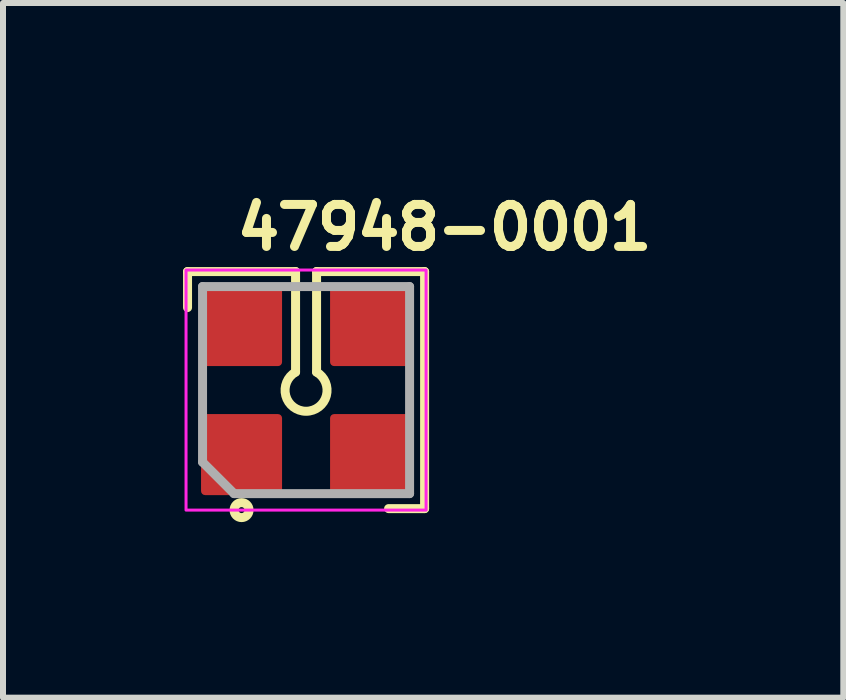
<source format=kicad_pcb>
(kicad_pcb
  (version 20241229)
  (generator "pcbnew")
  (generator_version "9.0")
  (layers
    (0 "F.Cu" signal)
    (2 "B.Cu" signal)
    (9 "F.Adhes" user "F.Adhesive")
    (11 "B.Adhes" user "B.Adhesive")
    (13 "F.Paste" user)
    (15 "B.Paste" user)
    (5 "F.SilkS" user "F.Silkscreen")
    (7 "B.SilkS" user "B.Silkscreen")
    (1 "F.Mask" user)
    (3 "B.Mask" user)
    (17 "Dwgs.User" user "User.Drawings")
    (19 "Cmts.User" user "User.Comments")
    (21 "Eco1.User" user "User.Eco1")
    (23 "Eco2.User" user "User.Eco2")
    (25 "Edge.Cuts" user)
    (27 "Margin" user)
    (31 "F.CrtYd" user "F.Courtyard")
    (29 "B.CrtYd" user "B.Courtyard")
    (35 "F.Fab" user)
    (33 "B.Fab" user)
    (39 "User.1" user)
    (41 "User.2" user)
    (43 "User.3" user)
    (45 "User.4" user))
  (footprint "47948-0001"
    (layer "F.Cu")
    (at 2.05 3.45)
    (property "Reference" "47948-0001" (at -1.225 -2.3 0) (layer "F.SilkS") (effects (font (size 0.7 0.7) (thickness 0.15)) (justify left bottom)))
    (attr smd)
    (fp_line (start -1.975 -1.975) (end -0.175 -1.975) (stroke (width 0.15) (type solid)) (layer "F.SilkS"))
    (fp_line (start -1.975 -1.375) (end -1.975 -1.975) (stroke (width 0.15) (type solid)) (layer "F.SilkS"))
    (fp_line (start -0.175 -0.3) (end -0.175 -1.975) (stroke (width 0.15) (type solid)) (layer "F.SilkS"))
    (fp_line (start 0.175 -1.975) (end 0.175 -0.3) (stroke (width 0.15) (type solid)) (layer "F.SilkS"))
    (fp_line (start 0.175 -1.975) (end 1.975 -1.975) (stroke (width 0.15) (type solid)) (layer "F.SilkS"))
    (fp_line (start 1.975 -1.975) (end 1.975 1.975) (stroke (width 0.15) (type solid)) (layer "F.SilkS"))
    (fp_line (start 1.975 1.975) (end 1.375 1.975) (stroke (width 0.15) (type solid)) (layer "F.SilkS"))
    (fp_arc (start 0.175 -0.3) (mid 0 0.353109) (end -0.175 -0.3) (stroke (width 0.15) (type solid)) (layer "F.SilkS"))
    (fp_circle (center -1.075 2) (end -1.025 2) (stroke (width 0.15) (type solid)) (fill no) (layer "F.SilkS"))
    (fp_rect (start -2 -2) (end 2 2) (stroke (width 0.05) (type solid)) (fill no) (layer "F.CrtYd"))
    (fp_line (start -1.725 -1.725) (end -1.725 1.2) (stroke (width 0.15) (type solid)) (layer "F.Fab"))
    (fp_line (start -1.725 1.2) (end -1.2 1.725) (stroke (width 0.15) (type solid)) (layer "F.Fab"))
    (fp_line (start -1.2 1.725) (end 1.725 1.725) (stroke (width 0.15) (type solid)) (layer "F.Fab"))
    (fp_line (start 1.725 -1.725) (end -1.725 -1.725) (stroke (width 0.15) (type solid)) (layer "F.Fab"))
    (fp_line (start 1.725 1.725) (end 1.725 -1.725) (stroke (width 0.15) (type solid)) (layer "F.Fab"))
    (fp_rect (start -1.74 -1.74) (end 1.74 1.74) (stroke (width 0.1) (type solid)) (fill no) (layer "User.5"))
    (fp_line (start -1.74 -1.74) (end -0.2 -1.74) (stroke (width 0.02) (type solid)) (layer "User.9"))
    (fp_line (start -1.74 -0.2) (end -1.74 -1.74) (stroke (width 0.02) (type solid)) (layer "User.9"))
    (fp_line (start -1.74 0.2) (end -1.561 0.2) (stroke (width 0.02) (type solid)) (layer "User.9"))
    (fp_line (start -1.74 1.74) (end -1.74 0.2) (stroke (width 0.02) (type solid)) (layer "User.9"))
    (fp_line (start -1.57 -1.475) (end -1.57 -1.47) (stroke (width 0.02) (type solid)) (layer "User.9"))
    (fp_line (start -1.57 1.475) (end -1.57 1.48) (stroke (width 0.02) (type solid)) (layer "User.9"))
    (fp_line (start -1.57 -0.864) (end -1.57 -1.47) (stroke (width 0.02) (type solid)) (layer "User.9"))
    (fp_line (start -1.57 0.864) (end -1.57 0.827) (stroke (width 0.02) (type solid)) (layer "User.9"))
    (fp_line (start -1.57 1.47) (end -1.57 1.475) (stroke (width 0.02) (type solid)) (layer "User.9"))
    (fp_line (start -1.57 1.47) (end -1.57 0.864) (stroke (width 0.02) (type solid)) (layer "User.9"))
    (fp_line (start -1.57 -0.826) (end -1.57 -0.864) (stroke (width 0.02) (type solid)) (layer "User.9"))
    (fp_line (start -1.57 0.827) (end -1.57 0.795) (stroke (width 0.02) (type solid)) (layer "User.9"))
    (fp_line (start -1.57 -1.48) (end -1.57 -1.475) (stroke (width 0.02) (type solid)) (layer "User.9"))
    (fp_line (start -1.57 1.48) (end -1.569 1.485) (stroke (width 0.02) (type solid)) (layer "User.9"))
    (fp_line (start -1.57 -0.794) (end -1.57 -0.826) (stroke (width 0.02) (type solid)) (layer "User.9"))
    (fp_line (start -1.57 0.795) (end -1.569 0.772) (stroke (width 0.02) (type solid)) (layer "User.9"))
    (fp_line (start -1.569 -1.485) (end -1.57 -1.48) (stroke (width 0.02) (type solid)) (layer "User.9"))
    (fp_line (start -1.569 -0.782) (end -1.57 -0.794) (stroke (width 0.02) (type solid)) (layer "User.9"))
    (fp_line (start -1.569 1.485) (end -1.568 1.49) (stroke (width 0.02) (type solid)) (layer "User.9"))
    (fp_line (start -1.569 0.772) (end -1.569 0.766) (stroke (width 0.02) (type solid)) (layer "User.9"))
    (fp_line (start -1.569 -0.772) (end -1.569 -0.782) (stroke (width 0.02) (type solid)) (layer "User.9"))
    (fp_line (start -1.569 0.766) (end -1.568 0.764) (stroke (width 0.02) (type solid)) (layer "User.9"))
    (fp_line (start -1.569 -0.766) (end -1.569 -0.772) (stroke (width 0.02) (type solid)) (layer "User.9"))
    (fp_line (start -1.568 -0.765) (end -1.569 -0.766) (stroke (width 0.02) (type solid)) (layer "User.9"))
    (fp_line (start -1.568 -1.49) (end -1.569 -1.485) (stroke (width 0.02) (type solid)) (layer "User.9"))
    (fp_line (start -1.568 1.49) (end -1.567 1.494) (stroke (width 0.02) (type solid)) (layer "User.9"))
    (fp_line (start -1.568 -0.764) (end -1.568 -0.765) (stroke (width 0.02) (type solid)) (layer "User.9"))
    (fp_line (start -1.568 -0.764) (end -1.563 -0.753) (stroke (width 0.02) (type solid)) (layer "User.9"))
    (fp_line (start -1.567 -1.495) (end -1.568 -1.49) (stroke (width 0.02) (type solid)) (layer "User.9"))
    (fp_line (start -1.567 1.494) (end -1.566 1.499) (stroke (width 0.02) (type solid)) (layer "User.9"))
    (fp_line (start -1.566 -1.499) (end -1.567 -1.495) (stroke (width 0.02) (type solid)) (layer "User.9"))
    (fp_line (start -1.566 1.499) (end -1.564 1.504) (stroke (width 0.02) (type solid)) (layer "User.9"))
    (fp_line (start -1.564 -1.504) (end -1.566 -1.499) (stroke (width 0.02) (type solid)) (layer "User.9"))
    (fp_line (start -1.564 1.504) (end -1.563 1.508) (stroke (width 0.02) (type solid)) (layer "User.9"))
    (fp_line (start -1.563 0.753) (end -1.568 0.764) (stroke (width 0.02) (type solid)) (layer "User.9"))
    (fp_line (start -1.563 0.753) (end -1.563 0.753) (stroke (width 0.02) (type solid)) (layer "User.9"))
    (fp_line (start -1.563 0.753) (end -1.563 0.751) (stroke (width 0.02) (type solid)) (layer "User.9"))
    (fp_line (start -1.563 -1.509) (end -1.564 -1.504) (stroke (width 0.02) (type solid)) (layer "User.9"))
    (fp_line (start -1.563 1.508) (end -1.561 1.513) (stroke (width 0.02) (type solid)) (layer "User.9"))
    (fp_line (start -1.563 0.751) (end -1.562 0.745) (stroke (width 0.02) (type solid)) (layer "User.9"))
    (fp_line (start -1.563 -0.751) (end -1.563 -0.753) (stroke (width 0.02) (type solid)) (layer "User.9"))
    (fp_line (start -1.562 0.745) (end -1.562 0.735) (stroke (width 0.02) (type solid)) (layer "User.9"))
    (fp_line (start -1.562 -0.745) (end -1.563 -0.751) (stroke (width 0.02) (type solid)) (layer "User.9"))
    (fp_line (start -1.562 0.735) (end -1.562 0.723) (stroke (width 0.02) (type solid)) (layer "User.9"))
    (fp_line (start -1.562 0.723) (end -1.561 0.691) (stroke (width 0.02) (type solid)) (layer "User.9"))
    (fp_line (start -1.562 -0.723) (end -1.562 -0.745) (stroke (width 0.02) (type solid)) (layer "User.9"))
    (fp_line (start -1.561 -0.691) (end -1.562 -0.723) (stroke (width 0.02) (type solid)) (layer "User.9"))
    (fp_line (start -1.561 0.691) (end -1.561 0.653) (stroke (width 0.02) (type solid)) (layer "User.9"))
    (fp_line (start -1.561 -0.653) (end -1.561 -0.691) (stroke (width 0.02) (type solid)) (layer "User.9"))
    (fp_line (start -1.561 -0.653) (end -1.561 0.653) (stroke (width 0.02) (type solid)) (layer "User.9"))
    (fp_line (start -1.561 -0.2) (end -1.74 -0.2) (stroke (width 0.02) (type solid)) (layer "User.9"))
    (fp_line (start -1.561 -1.513) (end -1.563 -1.509) (stroke (width 0.02) (type solid)) (layer "User.9"))
    (fp_line (start -1.561 1.513) (end -1.558 1.517) (stroke (width 0.02) (type solid)) (layer "User.9"))
    (fp_line (start -1.558 -1.517) (end -1.561 -1.513) (stroke (width 0.02) (type solid)) (layer "User.9"))
    (fp_line (start -1.558 1.517) (end -1.556 1.521) (stroke (width 0.02) (type solid)) (layer "User.9"))
    (fp_line (start -1.556 1.521) (end -1.553 1.525) (stroke (width 0.02) (type solid)) (layer "User.9"))
    (fp_line (start -1.556 -1.522) (end -1.558 -1.517) (stroke (width 0.02) (type solid)) (layer "User.9"))
    (fp_line (start -1.553 1.525) (end -1.55 1.529) (stroke (width 0.02) (type solid)) (layer "User.9"))
    (fp_line (start -1.553 -1.526) (end -1.556 -1.522) (stroke (width 0.02) (type solid)) (layer "User.9"))
    (fp_line (start -1.55 1.529) (end -1.547 1.533) (stroke (width 0.02) (type solid)) (layer "User.9"))
    (fp_line (start -1.55 -1.53) (end -1.553 -1.526) (stroke (width 0.02) (type solid)) (layer "User.9"))
    (fp_line (start -1.547 1.533) (end -1.544 1.537) (stroke (width 0.02) (type solid)) (layer "User.9"))
    (fp_line (start -1.547 -1.534) (end -1.55 -1.53) (stroke (width 0.02) (type solid)) (layer "User.9"))
    (fp_line (start -1.544 1.537) (end -1.541 1.541) (stroke (width 0.02) (type solid)) (layer "User.9"))
    (fp_line (start -1.544 -1.537) (end -1.547 -1.534) (stroke (width 0.02) (type solid)) (layer "User.9"))
    (fp_line (start -1.541 1.541) (end -1.537 1.544) (stroke (width 0.02) (type solid)) (layer "User.9"))
    (fp_line (start -1.541 -1.541) (end -1.544 -1.537) (stroke (width 0.02) (type solid)) (layer "User.9"))
    (fp_line (start -1.537 1.544) (end -1.534 1.547) (stroke (width 0.02) (type solid)) (layer "User.9"))
    (fp_line (start -1.537 -1.544) (end -1.541 -1.541) (stroke (width 0.02) (type solid)) (layer "User.9"))
    (fp_line (start -1.534 1.547) (end -1.53 1.55) (stroke (width 0.02) (type solid)) (layer "User.9"))
    (fp_line (start -1.533 -1.547) (end -1.537 -1.544) (stroke (width 0.02) (type solid)) (layer "User.9"))
    (fp_line (start -1.53 1.55) (end -1.526 1.553) (stroke (width 0.02) (type solid)) (layer "User.9"))
    (fp_line (start -1.529 -1.55) (end -1.533 -1.547) (stroke (width 0.02) (type solid)) (layer "User.9"))
    (fp_line (start -1.526 1.553) (end -1.522 1.556) (stroke (width 0.02) (type solid)) (layer "User.9"))
    (fp_line (start -1.525 -1.553) (end -1.529 -1.55) (stroke (width 0.02) (type solid)) (layer "User.9"))
    (fp_line (start -1.522 1.556) (end -1.517 1.558) (stroke (width 0.02) (type solid)) (layer "User.9"))
    (fp_line (start -1.521 -1.556) (end -1.525 -1.553) (stroke (width 0.02) (type solid)) (layer "User.9"))
    (fp_line (start -1.517 1.558) (end -1.513 1.561) (stroke (width 0.02) (type solid)) (layer "User.9"))
    (fp_line (start -1.517 -1.558) (end -1.521 -1.556) (stroke (width 0.02) (type solid)) (layer "User.9"))
    (fp_line (start -1.513 1.561) (end -1.509 1.563) (stroke (width 0.02) (type solid)) (layer "User.9"))
    (fp_line (start -1.513 -1.561) (end -1.517 -1.558) (stroke (width 0.02) (type solid)) (layer "User.9"))
    (fp_line (start -1.509 1.563) (end -1.504 1.564) (stroke (width 0.02) (type solid)) (layer "User.9"))
    (fp_line (start -1.508 -1.563) (end -1.513 -1.561) (stroke (width 0.02) (type solid)) (layer "User.9"))
    (fp_line (start -1.504 1.564) (end -1.499 1.566) (stroke (width 0.02) (type solid)) (layer "User.9"))
    (fp_line (start -1.504 -1.564) (end -1.508 -1.563) (stroke (width 0.02) (type solid)) (layer "User.9"))
    (fp_line (start -1.499 1.566) (end -1.495 1.567) (stroke (width 0.02) (type solid)) (layer "User.9"))
    (fp_line (start -1.499 -1.566) (end -1.504 -1.564) (stroke (width 0.02) (type solid)) (layer "User.9"))
    (fp_line (start -1.495 1.567) (end -1.49 1.568) (stroke (width 0.02) (type solid)) (layer "User.9"))
    (fp_line (start -1.494 -1.567) (end -1.499 -1.566) (stroke (width 0.02) (type solid)) (layer "User.9"))
    (fp_line (start -1.49 1.568) (end -1.485 1.569) (stroke (width 0.02) (type solid)) (layer "User.9"))
    (fp_line (start -1.49 -1.568) (end -1.494 -1.567) (stroke (width 0.02) (type solid)) (layer "User.9"))
    (fp_line (start -1.485 1.569) (end -1.48 1.57) (stroke (width 0.02) (type solid)) (layer "User.9"))
    (fp_line (start -1.485 -1.569) (end -1.49 -1.568) (stroke (width 0.02) (type solid)) (layer "User.9"))
    (fp_line (start -1.48 1.57) (end -1.475 1.57) (stroke (width 0.02) (type solid)) (layer "User.9"))
    (fp_line (start -1.48 -1.57) (end -1.485 -1.569) (stroke (width 0.02) (type solid)) (layer "User.9"))
    (fp_line (start -1.475 1.57) (end -1.47 1.57) (stroke (width 0.02) (type solid)) (layer "User.9"))
    (fp_line (start -1.475 -1.57) (end -1.48 -1.57) (stroke (width 0.02) (type solid)) (layer "User.9"))
    (fp_line (start -1.47 -1.57) (end -1.475 -1.57) (stroke (width 0.02) (type solid)) (layer "User.9"))
    (fp_line (start -1.47 -1.57) (end 1.47 -1.57) (stroke (width 0.02) (type solid)) (layer "User.9"))
    (fp_line (start -1.32 -1.32) (end -1.255 -1.255) (stroke (width 0.02) (type solid)) (layer "User.9"))
    (fp_line (start -1.32 -1.32) (end -0.18 -1.32) (stroke (width 0.02) (type solid)) (layer "User.9"))
    (fp_line (start -1.32 -0.864) (end -1.32 -1.32) (stroke (width 0.02) (type solid)) (layer "User.9"))
    (fp_line (start -1.32 -0.864) (end -1.32 -0.827) (stroke (width 0.02) (type solid)) (layer "User.9"))
    (fp_line (start -1.32 0.864) (end -1.32 1.32) (stroke (width 0.02) (type solid)) (layer "User.9"))
    (fp_line (start -1.32 1.32) (end -1.255 1.255) (stroke (width 0.02) (type solid)) (layer "User.9"))
    (fp_line (start -1.32 1.32) (end -0.18 1.32) (stroke (width 0.02) (type solid)) (layer "User.9"))
    (fp_line (start -1.32 0.826) (end -1.32 0.864) (stroke (width 0.02) (type solid)) (layer "User.9"))
    (fp_line (start -1.32 -0.827) (end -1.32 -0.795) (stroke (width 0.02) (type solid)) (layer "User.9"))
    (fp_line (start -1.32 -0.795) (end -1.319 -0.772) (stroke (width 0.02) (type solid)) (layer "User.9"))
    (fp_line (start -1.32 0.794) (end -1.32 0.826) (stroke (width 0.02) (type solid)) (layer "User.9"))
    (fp_line (start -1.319 0.782) (end -1.32 0.794) (stroke (width 0.02) (type solid)) (layer "User.9"))
    (fp_line (start -1.319 -0.772) (end -1.319 -0.766) (stroke (width 0.02) (type solid)) (layer "User.9"))
    (fp_line (start -1.319 0.772) (end -1.319 0.782) (stroke (width 0.02) (type solid)) (layer "User.9"))
    (fp_line (start -1.319 -0.766) (end -1.318 -0.764) (stroke (width 0.02) (type solid)) (layer "User.9"))
    (fp_line (start -1.319 0.766) (end -1.319 0.772) (stroke (width 0.02) (type solid)) (layer "User.9"))
    (fp_line (start -1.318 0.765) (end -1.319 0.766) (stroke (width 0.02) (type solid)) (layer "User.9"))
    (fp_line (start -1.318 -0.764) (end -1.313 -0.753) (stroke (width 0.02) (type solid)) (layer "User.9"))
    (fp_line (start -1.318 0.764) (end -1.318 0.765) (stroke (width 0.02) (type solid)) (layer "User.9"))
    (fp_line (start -1.313 -0.753) (end -1.313 -0.753) (stroke (width 0.02) (type solid)) (layer "User.9"))
    (fp_line (start -1.313 0.753) (end -1.318 0.764) (stroke (width 0.02) (type solid)) (layer "User.9"))
    (fp_line (start -1.313 -0.753) (end -1.313 -0.751) (stroke (width 0.02) (type solid)) (layer "User.9"))
    (fp_line (start -1.313 -0.751) (end -1.312 -0.745) (stroke (width 0.02) (type solid)) (layer "User.9"))
    (fp_line (start -1.313 0.751) (end -1.313 0.753) (stroke (width 0.02) (type solid)) (layer "User.9"))
    (fp_line (start -1.312 -0.745) (end -1.312 -0.735) (stroke (width 0.02) (type solid)) (layer "User.9"))
    (fp_line (start -1.312 0.745) (end -1.313 0.751) (stroke (width 0.02) (type solid)) (layer "User.9"))
    (fp_line (start -1.312 -0.735) (end -1.312 -0.723) (stroke (width 0.02) (type solid)) (layer "User.9"))
    (fp_line (start -1.312 -0.723) (end -1.311 -0.691) (stroke (width 0.02) (type solid)) (layer "User.9"))
    (fp_line (start -1.312 0.723) (end -1.312 0.745) (stroke (width 0.02) (type solid)) (layer "User.9"))
    (fp_line (start -1.311 0.691) (end -1.312 0.723) (stroke (width 0.02) (type solid)) (layer "User.9"))
    (fp_line (start -1.311 -0.691) (end -1.311 -0.653) (stroke (width 0.02) (type solid)) (layer "User.9"))
    (fp_line (start -1.311 -0.189) (end -1.311 -0.653) (stroke (width 0.02) (type solid)) (layer "User.9"))
    (fp_line (start -1.311 -0.189) (end -1.272 -0.228) (stroke (width 0.02) (type solid)) (layer "User.9"))
    (fp_line (start -1.311 0.189) (end -1.311 0.653) (stroke (width 0.02) (type solid)) (layer "User.9"))
    (fp_line (start -1.311 0.189) (end -1.272 0.228) (stroke (width 0.02) (type solid)) (layer "User.9"))
    (fp_line (start -1.311 0.189) (end -0.786 0.189) (stroke (width 0.02) (type solid)) (layer "User.9"))
    (fp_line (start -1.311 0.653) (end -1.311 0.691) (stroke (width 0.02) (type solid)) (layer "User.9"))
    (fp_line (start -1.272 -0.228) (end -1.272 -0.341) (stroke (width 0.02) (type solid)) (layer "User.9"))
    (fp_line (start -1.272 0.228) (end -1.272 0.341) (stroke (width 0.02) (type solid)) (layer "User.9"))
    (fp_line (start -1.272 0.228) (end -0.817 0.228) (stroke (width 0.02) (type solid)) (layer "User.9"))
    (fp_line (start -1.255 -1.255) (end -1.255 -0.376) (stroke (width 0.02) (type solid)) (layer "User.9"))
    (fp_line (start -1.255 -0.376) (end -1.272 -0.341) (stroke (width 0.02) (type solid)) (layer "User.9"))
    (fp_line (start -1.255 -0.376) (end -0.779 -0.376) (stroke (width 0.02) (type solid)) (layer "User.9"))
    (fp_line (start -1.255 0.376) (end -1.272 0.341) (stroke (width 0.02) (type solid)) (layer "User.9"))
    (fp_line (start -1.255 0.376) (end -1.255 1.255) (stroke (width 0.02) (type solid)) (layer "User.9"))
    (fp_line (start -1.255 0.376) (end -0.779 0.376) (stroke (width 0.02) (type solid)) (layer "User.9"))
    (fp_line (start -1.255 1.255) (end -0.354 1.255) (stroke (width 0.02) (type solid)) (layer "User.9"))
    (fp_line (start -0.817 -0.228) (end -1.272 -0.228) (stroke (width 0.02) (type solid)) (layer "User.9"))
    (fp_line (start -0.817 0.228) (end -0.813 0.242) (stroke (width 0.02) (type solid)) (layer "User.9"))
    (fp_line (start -0.813 -0.242) (end -0.817 -0.228) (stroke (width 0.02) (type solid)) (layer "User.9"))
    (fp_line (start -0.813 0.242) (end -0.808 0.257) (stroke (width 0.02) (type solid)) (layer "User.9"))
    (fp_line (start -0.812 0.222) (end -0.822 0.235) (stroke (width 0.02) (type solid)) (layer "User.9"))
    (fp_line (start -0.809 0) (end -0.808 0.024) (stroke (width 0.02) (type solid)) (layer "User.9"))
    (fp_line (start -0.808 -0.024) (end -0.809 0) (stroke (width 0.02) (type solid)) (layer "User.9"))
    (fp_line (start -0.808 0.024) (end -0.807 0.047) (stroke (width 0.02) (type solid)) (layer "User.9"))
    (fp_line (start -0.808 -0.257) (end -0.813 -0.242) (stroke (width 0.02) (type solid)) (layer "User.9"))
    (fp_line (start -0.808 0.257) (end -0.803 0.271) (stroke (width 0.02) (type solid)) (layer "User.9"))
    (fp_line (start -0.807 -0.047) (end -0.808 -0.024) (stroke (width 0.02) (type solid)) (layer "User.9"))
    (fp_line (start -0.807 0.047) (end -0.806 0.071) (stroke (width 0.02) (type solid)) (layer "User.9"))
    (fp_line (start -0.806 -0.071) (end -0.807 -0.047) (stroke (width 0.02) (type solid)) (layer "User.9"))
    (fp_line (start -0.806 0.071) (end -0.803 0.095) (stroke (width 0.02) (type solid)) (layer "User.9"))
    (fp_line (start -0.805 0.212) (end -0.812 0.222) (stroke (width 0.02) (type solid)) (layer "User.9"))
    (fp_line (start -0.803 -0.271) (end -0.808 -0.257) (stroke (width 0.02) (type solid)) (layer "User.9"))
    (fp_line (start -0.803 0.271) (end -0.799 0.285) (stroke (width 0.02) (type solid)) (layer "User.9"))
    (fp_line (start -0.803 -0.095) (end -0.806 -0.071) (stroke (width 0.02) (type solid)) (layer "User.9"))
    (fp_line (start -0.803 0.095) (end -0.8 0.118) (stroke (width 0.02) (type solid)) (layer "User.9"))
    (fp_line (start -0.8 -0.118) (end -0.803 -0.095) (stroke (width 0.02) (type solid)) (layer "User.9"))
    (fp_line (start -0.8 0) (end -0.8 0) (stroke (width 0.02) (type solid)) (layer "User.9"))
    (fp_line (start -0.8 0) (end -0.799 0.035) (stroke (width 0.02) (type solid)) (layer "User.9"))
    (fp_line (start -0.8 0.118) (end -0.796 0.142) (stroke (width 0.02) (type solid)) (layer "User.9"))
    (fp_line (start -0.799 -0.035) (end -0.8 0) (stroke (width 0.02) (type solid)) (layer "User.9"))
    (fp_line (start -0.799 0.035) (end -0.797 0.069) (stroke (width 0.02) (type solid)) (layer "User.9"))
    (fp_line (start -0.799 -0.285) (end -0.803 -0.271) (stroke (width 0.02) (type solid)) (layer "User.9"))
    (fp_line (start -0.799 0.285) (end -0.793 0.3) (stroke (width 0.02) (type solid)) (layer "User.9"))
    (fp_line (start -0.797 -0.069) (end -0.799 -0.035) (stroke (width 0.02) (type solid)) (layer "User.9"))
    (fp_line (start -0.797 0.069) (end -0.793 0.103) (stroke (width 0.02) (type solid)) (layer "User.9"))
    (fp_line (start -0.796 -0.142) (end -0.8 -0.118) (stroke (width 0.02) (type solid)) (layer "User.9"))
    (fp_line (start -0.796 0.142) (end -0.792 0.165) (stroke (width 0.02) (type solid)) (layer "User.9"))
    (fp_line (start -0.793 -0.103) (end -0.797 -0.069) (stroke (width 0.02) (type solid)) (layer "User.9"))
    (fp_line (start -0.793 0.103) (end -0.788 0.137) (stroke (width 0.02) (type solid)) (layer "User.9"))
    (fp_line (start -0.793 -0.3) (end -0.799 -0.285) (stroke (width 0.02) (type solid)) (layer "User.9"))
    (fp_line (start -0.793 0.3) (end -0.788 0.314) (stroke (width 0.02) (type solid)) (layer "User.9"))
    (fp_line (start -0.792 -0.165) (end -0.796 -0.142) (stroke (width 0.02) (type solid)) (layer "User.9"))
    (fp_line (start -0.792 0.165) (end -0.786 0.189) (stroke (width 0.02) (type solid)) (layer "User.9"))
    (fp_line (start -0.788 -0.137) (end -0.793 -0.103) (stroke (width 0.02) (type solid)) (layer "User.9"))
    (fp_line (start -0.788 0.137) (end -0.782 0.17) (stroke (width 0.02) (type solid)) (layer "User.9"))
    (fp_line (start -0.788 -0.314) (end -0.793 -0.3) (stroke (width 0.02) (type solid)) (layer "User.9"))
    (fp_line (start -0.788 0.314) (end -0.782 0.328) (stroke (width 0.02) (type solid)) (layer "User.9"))
    (fp_line (start -0.786 -0.189) (end -0.807 -0.215) (stroke (width 0.02) (type solid)) (layer "User.9"))
    (fp_line (start -0.786 -0.189) (end -1.311 -0.189) (stroke (width 0.02) (type solid)) (layer "User.9"))
    (fp_line (start -0.786 -0.189) (end -0.792 -0.165) (stroke (width 0.02) (type solid)) (layer "User.9"))
    (fp_line (start -0.786 0.189) (end -0.805 0.212) (stroke (width 0.02) (type solid)) (layer "User.9"))
    (fp_line (start -0.782 -0.328) (end -0.788 -0.314) (stroke (width 0.02) (type solid)) (layer "User.9"))
    (fp_line (start -0.782 0.328) (end -0.776 0.341) (stroke (width 0.02) (type solid)) (layer "User.9"))
    (fp_line (start -0.782 0.17) (end -0.774 0.203) (stroke (width 0.02) (type solid)) (layer "User.9"))
    (fp_line (start -0.782 -0.17) (end -0.788 -0.137) (stroke (width 0.02) (type solid)) (layer "User.9"))
    (fp_line (start -0.779 -0.376) (end -0.779 -0.369) (stroke (width 0.02) (type solid)) (layer "User.9"))
    (fp_line (start -0.779 -0.369) (end -0.778 -0.361) (stroke (width 0.02) (type solid)) (layer "User.9"))
    (fp_line (start -0.779 0.366) (end -0.779 0.375) (stroke (width 0.02) (type solid)) (layer "User.9"))
    (fp_line (start -0.778 -0.361) (end -0.777 -0.353) (stroke (width 0.02) (type solid)) (layer "User.9"))
    (fp_line (start -0.778 0.358) (end -0.779 0.366) (stroke (width 0.02) (type solid)) (layer "User.9"))
    (fp_line (start -0.777 -0.353) (end -0.777 -0.345) (stroke (width 0.02) (type solid)) (layer "User.9"))
    (fp_line (start -0.777 0.35) (end -0.778 0.358) (stroke (width 0.02) (type solid)) (layer "User.9"))
    (fp_line (start -0.776 -0.341) (end -0.782 -0.328) (stroke (width 0.02) (type solid)) (layer "User.9"))
    (fp_line (start -0.776 0.341) (end -0.777 0.35) (stroke (width 0.02) (type solid)) (layer "User.9"))
    (fp_line (start -0.774 -0.203) (end -0.782 -0.17) (stroke (width 0.02) (type solid)) (layer "User.9"))
    (fp_line (start -0.774 0.203) (end -0.765 0.235) (stroke (width 0.02) (type solid)) (layer "User.9"))
    (fp_line (start -0.765 -0.235) (end -0.774 -0.203) (stroke (width 0.02) (type solid)) (layer "User.9"))
    (fp_line (start -0.765 0.235) (end -0.754 0.267) (stroke (width 0.02) (type solid)) (layer "User.9"))
    (fp_line (start -0.762 -0.411) (end -0.779 -0.376) (stroke (width 0.02) (type solid)) (layer "User.9"))
    (fp_line (start -0.762 0.411) (end -0.779 0.376) (stroke (width 0.02) (type solid)) (layer "User.9"))
    (fp_line (start -0.754 -0.267) (end -0.765 -0.235) (stroke (width 0.02) (type solid)) (layer "User.9"))
    (fp_line (start -0.754 0.267) (end -0.729 0.329) (stroke (width 0.02) (type solid)) (layer "User.9"))
    (fp_line (start -0.743 -0.444) (end -0.762 -0.411) (stroke (width 0.02) (type solid)) (layer "User.9"))
    (fp_line (start -0.743 0.444) (end -0.762 0.411) (stroke (width 0.02) (type solid)) (layer "User.9"))
    (fp_line (start -0.742 -0.298) (end -0.754 -0.267) (stroke (width 0.02) (type solid)) (layer "User.9"))
    (fp_line (start -0.729 -0.329) (end -0.742 -0.298) (stroke (width 0.02) (type solid)) (layer "User.9"))
    (fp_line (start -0.729 0.329) (end -0.7 0.388) (stroke (width 0.02) (type solid)) (layer "User.9"))
    (fp_line (start -0.722 -0.477) (end -0.743 -0.444) (stroke (width 0.02) (type solid)) (layer "User.9"))
    (fp_line (start -0.722 0.477) (end -0.743 0.444) (stroke (width 0.02) (type solid)) (layer "User.9"))
    (fp_line (start -0.715 -0.359) (end -0.729 -0.329) (stroke (width 0.02) (type solid)) (layer "User.9"))
    (fp_line (start -0.7 -0.508) (end -0.722 -0.477) (stroke (width 0.02) (type solid)) (layer "User.9"))
    (fp_line (start -0.7 0.508) (end -0.722 0.477) (stroke (width 0.02) (type solid)) (layer "User.9"))
    (fp_line (start -0.7 -0.388) (end -0.715 -0.359) (stroke (width 0.02) (type solid)) (layer "User.9"))
    (fp_line (start -0.7 0.388) (end -0.665 0.445) (stroke (width 0.02) (type solid)) (layer "User.9"))
    (fp_line (start -0.683 -0.417) (end -0.7 -0.388) (stroke (width 0.02) (type solid)) (layer "User.9"))
    (fp_line (start -0.677 -0.539) (end -0.7 -0.508) (stroke (width 0.02) (type solid)) (layer "User.9"))
    (fp_line (start -0.677 0.539) (end -0.7 0.508) (stroke (width 0.02) (type solid)) (layer "User.9"))
    (fp_line (start -0.665 -0.445) (end -0.683 -0.417) (stroke (width 0.02) (type solid)) (layer "User.9"))
    (fp_line (start -0.665 0.445) (end -0.626 0.498) (stroke (width 0.02) (type solid)) (layer "User.9"))
    (fp_line (start -0.653 -0.568) (end -0.677 -0.539) (stroke (width 0.02) (type solid)) (layer "User.9"))
    (fp_line (start -0.653 0.568) (end -0.677 0.539) (stroke (width 0.02) (type solid)) (layer "User.9"))
    (fp_line (start -0.646 -0.472) (end -0.665 -0.445) (stroke (width 0.02) (type solid)) (layer "User.9"))
    (fp_line (start -0.627 -0.596) (end -0.653 -0.568) (stroke (width 0.02) (type solid)) (layer "User.9"))
    (fp_line (start -0.627 0.596) (end -0.653 0.568) (stroke (width 0.02) (type solid)) (layer "User.9"))
    (fp_line (start -0.626 -0.498) (end -0.646 -0.472) (stroke (width 0.02) (type solid)) (layer "User.9"))
    (fp_line (start -0.626 0.498) (end -0.583 0.548) (stroke (width 0.02) (type solid)) (layer "User.9"))
    (fp_line (start -0.605 -0.523) (end -0.626 -0.498) (stroke (width 0.02) (type solid)) (layer "User.9"))
    (fp_line (start -0.6 -0.623) (end -0.627 -0.596) (stroke (width 0.02) (type solid)) (layer "User.9"))
    (fp_line (start -0.6 0.623) (end -0.627 0.596) (stroke (width 0.02) (type solid)) (layer "User.9"))
    (fp_line (start -0.583 -0.548) (end -0.605 -0.523) (stroke (width 0.02) (type solid)) (layer "User.9"))
    (fp_line (start -0.583 0.548) (end -0.536 0.594) (stroke (width 0.02) (type solid)) (layer "User.9"))
    (fp_line (start -0.572 -0.649) (end -0.6 -0.623) (stroke (width 0.02) (type solid)) (layer "User.9"))
    (fp_line (start -0.572 0.649) (end -0.6 0.623) (stroke (width 0.02) (type solid)) (layer "User.9"))
    (fp_line (start -0.56 -0.572) (end -0.583 -0.548) (stroke (width 0.02) (type solid)) (layer "User.9"))
    (fp_line (start -0.543 -0.674) (end -0.572 -0.649) (stroke (width 0.02) (type solid)) (layer "User.9"))
    (fp_line (start -0.543 0.674) (end -0.572 0.649) (stroke (width 0.02) (type solid)) (layer "User.9"))
    (fp_line (start -0.536 -0.594) (end -0.56 -0.572) (stroke (width 0.02) (type solid)) (layer "User.9"))
    (fp_line (start -0.536 0.594) (end -0.485 0.637) (stroke (width 0.02) (type solid)) (layer "User.9"))
    (fp_line (start -0.513 -0.697) (end -0.543 -0.674) (stroke (width 0.02) (type solid)) (layer "User.9"))
    (fp_line (start -0.513 0.697) (end -0.543 0.674) (stroke (width 0.02) (type solid)) (layer "User.9"))
    (fp_line (start -0.511 -0.616) (end -0.536 -0.594) (stroke (width 0.02) (type solid)) (layer "User.9"))
    (fp_line (start -0.485 -0.637) (end -0.511 -0.616) (stroke (width 0.02) (type solid)) (layer "User.9"))
    (fp_line (start -0.485 0.637) (end -0.43 0.675) (stroke (width 0.02) (type solid)) (layer "User.9"))
    (fp_line (start -0.481 -0.719) (end -0.513 -0.697) (stroke (width 0.02) (type solid)) (layer "User.9"))
    (fp_line (start -0.481 0.719) (end -0.513 0.697) (stroke (width 0.02) (type solid)) (layer "User.9"))
    (fp_line (start -0.458 -0.656) (end -0.485 -0.637) (stroke (width 0.02) (type solid)) (layer "User.9"))
    (fp_line (start -0.449 -0.74) (end -0.481 -0.719) (stroke (width 0.02) (type solid)) (layer "User.9"))
    (fp_line (start -0.449 0.74) (end -0.481 0.719) (stroke (width 0.02) (type solid)) (layer "User.9"))
    (fp_line (start -0.43 -0.675) (end -0.458 -0.656) (stroke (width 0.02) (type solid)) (layer "User.9"))
    (fp_line (start -0.43 0.675) (end -0.401 0.692) (stroke (width 0.02) (type solid)) (layer "User.9"))
    (fp_line (start -0.416 -0.759) (end -0.449 -0.74) (stroke (width 0.02) (type solid)) (layer "User.9"))
    (fp_line (start -0.416 0.759) (end -0.449 0.74) (stroke (width 0.02) (type solid)) (layer "User.9"))
    (fp_line (start -0.401 -0.692) (end -0.43 -0.675) (stroke (width 0.02) (type solid)) (layer "User.9"))
    (fp_line (start -0.401 0.692) (end -0.372 0.708) (stroke (width 0.02) (type solid)) (layer "User.9"))
    (fp_line (start -0.382 -0.777) (end -0.416 -0.759) (stroke (width 0.02) (type solid)) (layer "User.9"))
    (fp_line (start -0.382 0.777) (end -0.416 0.759) (stroke (width 0.02) (type solid)) (layer "User.9"))
    (fp_line (start -0.372 -0.708) (end -0.401 -0.692) (stroke (width 0.02) (type solid)) (layer "User.9"))
    (fp_line (start -0.372 0.708) (end -0.342 0.723) (stroke (width 0.02) (type solid)) (layer "User.9"))
    (fp_line (start -0.354 -1.255) (end -1.255 -1.255) (stroke (width 0.02) (type solid)) (layer "User.9"))
    (fp_line (start -0.354 -1.255) (end -0.354 -0.793) (stroke (width 0.02) (type solid)) (layer "User.9"))
    (fp_line (start -0.354 -1.255) (end -0.346 -1.263) (stroke (width 0.02) (type solid)) (layer "User.9"))
    (fp_line (start -0.354 -0.793) (end -0.346 -0.793) (stroke (width 0.02) (type solid)) (layer "User.9"))
    (fp_line (start -0.354 1.255) (end -0.354 0.793) (stroke (width 0.02) (type solid)) (layer "User.9"))
    (fp_line (start -0.354 1.255) (end -0.346 1.263) (stroke (width 0.02) (type solid)) (layer "User.9"))
    (fp_line (start -0.346 -0.793) (end -0.382 -0.777) (stroke (width 0.02) (type solid)) (layer "User.9"))
    (fp_line (start -0.346 0.793) (end -0.382 0.777) (stroke (width 0.02) (type solid)) (layer "User.9"))
    (fp_line (start -0.346 0.793) (end -0.354 0.793) (stroke (width 0.02) (type solid)) (layer "User.9"))
    (fp_line (start -0.346 0.793) (end -0.336 0.796) (stroke (width 0.02) (type solid)) (layer "User.9"))
    (fp_line (start -0.342 -0.723) (end -0.372 -0.708) (stroke (width 0.02) (type solid)) (layer "User.9"))
    (fp_line (start -0.342 0.723) (end -0.311 0.737) (stroke (width 0.02) (type solid)) (layer "User.9"))
    (fp_line (start -0.336 -0.796) (end -0.346 -0.793) (stroke (width 0.02) (type solid)) (layer "User.9"))
    (fp_line (start -0.336 0.796) (end -0.325 0.8) (stroke (width 0.02) (type solid)) (layer "User.9"))
    (fp_line (start -0.325 -0.8) (end -0.336 -0.796) (stroke (width 0.02) (type solid)) (layer "User.9"))
    (fp_line (start -0.325 0.8) (end -0.314 0.803) (stroke (width 0.02) (type solid)) (layer "User.9"))
    (fp_line (start -0.314 0.803) (end -0.302 0.806) (stroke (width 0.02) (type solid)) (layer "User.9"))
    (fp_line (start -0.311 -0.737) (end -0.342 -0.723) (stroke (width 0.02) (type solid)) (layer "User.9"))
    (fp_line (start -0.311 0.737) (end -0.279 0.75) (stroke (width 0.02) (type solid)) (layer "User.9"))
    (fp_line (start -0.302 -0.806) (end -0.325 -0.8) (stroke (width 0.02) (type solid)) (layer "User.9"))
    (fp_line (start -0.302 0.806) (end -0.29 0.81) (stroke (width 0.02) (type solid)) (layer "User.9"))
    (fp_line (start -0.29 0.81) (end -0.277 0.813) (stroke (width 0.02) (type solid)) (layer "User.9"))
    (fp_line (start -0.279 -0.75) (end -0.311 -0.737) (stroke (width 0.02) (type solid)) (layer "User.9"))
    (fp_line (start -0.279 0.75) (end -0.247 0.761) (stroke (width 0.02) (type solid)) (layer "User.9"))
    (fp_line (start -0.277 -0.813) (end -0.302 -0.806) (stroke (width 0.02) (type solid)) (layer "User.9"))
    (fp_line (start -0.277 0.813) (end -0.25 0.819) (stroke (width 0.02) (type solid)) (layer "User.9"))
    (fp_line (start -0.25 -0.819) (end -0.277 -0.813) (stroke (width 0.02) (type solid)) (layer "User.9"))
    (fp_line (start -0.25 0.819) (end -0.244 0.821) (stroke (width 0.02) (type solid)) (layer "User.9"))
    (fp_line (start -0.247 -0.761) (end -0.279 -0.75) (stroke (width 0.02) (type solid)) (layer "User.9"))
    (fp_line (start -0.247 0.761) (end -0.214 0.771) (stroke (width 0.02) (type solid)) (layer "User.9"))
    (fp_line (start -0.244 0.821) (end -0.237 0.823) (stroke (width 0.02) (type solid)) (layer "User.9"))
    (fp_line (start -0.244 -0.821) (end -0.25 -0.819) (stroke (width 0.02) (type solid)) (layer "User.9"))
    (fp_line (start -0.237 -1.263) (end -0.346 -1.263) (stroke (width 0.02) (type solid)) (layer "User.9"))
    (fp_line (start -0.237 -1.263) (end -0.237 -0.823) (stroke (width 0.02) (type solid)) (layer "User.9"))
    (fp_line (start -0.237 -0.823) (end -0.244 -0.821) (stroke (width 0.02) (type solid)) (layer "User.9"))
    (fp_line (start -0.237 0.823) (end -0.237 1.263) (stroke (width 0.02) (type solid)) (layer "User.9"))
    (fp_line (start -0.237 1.263) (end -0.346 1.263) (stroke (width 0.02) (type solid)) (layer "User.9"))
    (fp_line (start -0.225 0.815) (end -0.239 0.825) (stroke (width 0.02) (type solid)) (layer "User.9"))
    (fp_line (start -0.22 -0.81) (end -0.233 -0.82) (stroke (width 0.02) (type solid)) (layer "User.9"))
    (fp_line (start -0.214 -0.771) (end -0.247 -0.761) (stroke (width 0.02) (type solid)) (layer "User.9"))
    (fp_line (start -0.214 0.771) (end -0.18 0.779) (stroke (width 0.02) (type solid)) (layer "User.9"))
    (fp_line (start -0.21 0.803) (end -0.225 0.815) (stroke (width 0.02) (type solid)) (layer "User.9"))
    (fp_line (start -0.206 -0.8) (end -0.22 -0.81) (stroke (width 0.02) (type solid)) (layer "User.9"))
    (fp_line (start -0.2 -1.74) (end -0.2 -1.57) (stroke (width 0.02) (type solid)) (layer "User.9"))
    (fp_line (start -0.2 1.57) (end -0.2 1.74) (stroke (width 0.02) (type solid)) (layer "User.9"))
    (fp_line (start -0.2 1.74) (end -1.74 1.74) (stroke (width 0.02) (type solid)) (layer "User.9"))
    (fp_line (start -0.18 0.779) (end -0.21 0.803) (stroke (width 0.02) (type solid)) (layer "User.9"))
    (fp_line (start -0.18 -1.32) (end -0.237 -1.263) (stroke (width 0.02) (type solid)) (layer "User.9"))
    (fp_line (start -0.18 -1.32) (end -0.18 -0.779) (stroke (width 0.02) (type solid)) (layer "User.9"))
    (fp_line (start -0.18 -0.779) (end -0.214 -0.771) (stroke (width 0.02) (type solid)) (layer "User.9"))
    (fp_line (start -0.18 -0.779) (end -0.206 -0.8) (stroke (width 0.02) (type solid)) (layer "User.9"))
    (fp_line (start -0.18 1.32) (end -0.237 1.263) (stroke (width 0.02) (type solid)) (layer "User.9"))
    (fp_line (start -0.18 1.32) (end -0.18 0.779) (stroke (width 0.02) (type solid)) (layer "User.9"))
    (fp_line (start 0.18 -1.32) (end 0.237 -1.263) (stroke (width 0.02) (type solid)) (layer "User.9"))
    (fp_line (start 0.18 -1.32) (end 1.32 -1.32) (stroke (width 0.02) (type solid)) (layer "User.9"))
    (fp_line (start 0.18 -0.779) (end 0.18 -1.32) (stroke (width 0.02) (type solid)) (layer "User.9"))
    (fp_line (start 0.18 0.779) (end 0.206 0.8) (stroke (width 0.02) (type solid)) (layer "User.9"))
    (fp_line (start 0.18 0.779) (end 0.235 0.765) (stroke (width 0.02) (type solid)) (layer "User.9"))
    (fp_line (start 0.18 1.32) (end 0.18 0.779) (stroke (width 0.02) (type solid)) (layer "User.9"))
    (fp_line (start 0.18 1.32) (end 0.237 1.263) (stroke (width 0.02) (type solid)) (layer "User.9"))
    (fp_line (start 0.18 -0.779) (end 0.21 -0.803) (stroke (width 0.02) (type solid)) (layer "User.9"))
    (fp_line (start 0.2 -1.74) (end 1.74 -1.74) (stroke (width 0.02) (type solid)) (layer "User.9"))
    (fp_line (start 0.2 -1.57) (end 0.2 -1.74) (stroke (width 0.02) (type solid)) (layer "User.9"))
    (fp_line (start 0.2 1.74) (end 0.2 1.57) (stroke (width 0.02) (type solid)) (layer "User.9"))
    (fp_line (start 0.206 0.8) (end 0.22 0.81) (stroke (width 0.02) (type solid)) (layer "User.9"))
    (fp_line (start 0.21 -0.803) (end 0.225 -0.815) (stroke (width 0.02) (type solid)) (layer "User.9"))
    (fp_line (start 0.22 0.81) (end 0.233 0.82) (stroke (width 0.02) (type solid)) (layer "User.9"))
    (fp_line (start 0.225 -0.815) (end 0.239 -0.825) (stroke (width 0.02) (type solid)) (layer "User.9"))
    (fp_line (start 0.235 -0.765) (end 0.18 -0.779) (stroke (width 0.02) (type solid)) (layer "User.9"))
    (fp_line (start 0.235 0.765) (end 0.288 0.746) (stroke (width 0.02) (type solid)) (layer "User.9"))
    (fp_line (start 0.237 -1.263) (end 0.346 -1.263) (stroke (width 0.02) (type solid)) (layer "User.9"))
    (fp_line (start 0.237 -0.823) (end 0.237 -1.263) (stroke (width 0.02) (type solid)) (layer "User.9"))
    (fp_line (start 0.237 0.823) (end 0.244 0.821) (stroke (width 0.02) (type solid)) (layer "User.9"))
    (fp_line (start 0.237 1.263) (end 0.237 0.823) (stroke (width 0.02) (type solid)) (layer "User.9"))
    (fp_line (start 0.237 1.263) (end 0.346 1.263) (stroke (width 0.02) (type solid)) (layer "User.9"))
    (fp_line (start 0.244 0.821) (end 0.25 0.819) (stroke (width 0.02) (type solid)) (layer "User.9"))
    (fp_line (start 0.244 -0.821) (end 0.237 -0.823) (stroke (width 0.02) (type solid)) (layer "User.9"))
    (fp_line (start 0.25 -0.819) (end 0.244 -0.821) (stroke (width 0.02) (type solid)) (layer "User.9"))
    (fp_line (start 0.25 0.819) (end 0.277 0.813) (stroke (width 0.02) (type solid)) (layer "User.9"))
    (fp_line (start 0.277 -0.813) (end 0.25 -0.819) (stroke (width 0.02) (type solid)) (layer "User.9"))
    (fp_line (start 0.277 0.813) (end 0.302 0.806) (stroke (width 0.02) (type solid)) (layer "User.9"))
    (fp_line (start 0.288 -0.746) (end 0.235 -0.765) (stroke (width 0.02) (type solid)) (layer "User.9"))
    (fp_line (start 0.288 0.746) (end 0.34 0.724) (stroke (width 0.02) (type solid)) (layer "User.9"))
    (fp_line (start 0.29 -0.81) (end 0.277 -0.813) (stroke (width 0.02) (type solid)) (layer "User.9"))
    (fp_line (start 0.302 -0.806) (end 0.29 -0.81) (stroke (width 0.02) (type solid)) (layer "User.9"))
    (fp_line (start 0.302 0.806) (end 0.325 0.8) (stroke (width 0.02) (type solid)) (layer "User.9"))
    (fp_line (start 0.314 -0.803) (end 0.302 -0.806) (stroke (width 0.02) (type solid)) (layer "User.9"))
    (fp_line (start 0.325 -0.8) (end 0.314 -0.803) (stroke (width 0.02) (type solid)) (layer "User.9"))
    (fp_line (start 0.325 0.8) (end 0.336 0.796) (stroke (width 0.02) (type solid)) (layer "User.9"))
    (fp_line (start 0.336 -0.796) (end 0.325 -0.8) (stroke (width 0.02) (type solid)) (layer "User.9"))
    (fp_line (start 0.336 0.796) (end 0.346 0.793) (stroke (width 0.02) (type solid)) (layer "User.9"))
    (fp_line (start 0.34 -0.724) (end 0.288 -0.746) (stroke (width 0.02) (type solid)) (layer "User.9"))
    (fp_line (start 0.34 0.724) (end 0.39 0.699) (stroke (width 0.02) (type solid)) (layer "User.9"))
    (fp_line (start 0.346 -0.793) (end 0.336 -0.796) (stroke (width 0.02) (type solid)) (layer "User.9"))
    (fp_line (start 0.346 -0.793) (end 0.354 -0.793) (stroke (width 0.02) (type solid)) (layer "User.9"))
    (fp_line (start 0.354 -1.255) (end 0.346 -1.263) (stroke (width 0.02) (type solid)) (layer "User.9"))
    (fp_line (start 0.354 -1.255) (end 0.354 -0.793) (stroke (width 0.02) (type solid)) (layer "User.9"))
    (fp_line (start 0.354 0.793) (end 0.346 0.793) (stroke (width 0.02) (type solid)) (layer "User.9"))
    (fp_line (start 0.354 1.255) (end 0.346 1.263) (stroke (width 0.02) (type solid)) (layer "User.9"))
    (fp_line (start 0.354 1.255) (end 0.354 0.793) (stroke (width 0.02) (type solid)) (layer "User.9"))
    (fp_line (start 0.385 -0.775) (end 0.346 -0.793) (stroke (width 0.02) (type solid)) (layer "User.9"))
    (fp_line (start 0.385 0.775) (end 0.346 0.793) (stroke (width 0.02) (type solid)) (layer "User.9"))
    (fp_line (start 0.39 -0.699) (end 0.34 -0.724) (stroke (width 0.02) (type solid)) (layer "User.9"))
    (fp_line (start 0.39 0.699) (end 0.437 0.67) (stroke (width 0.02) (type solid)) (layer "User.9"))
    (fp_line (start 0.422 -0.755) (end 0.385 -0.775) (stroke (width 0.02) (type solid)) (layer "User.9"))
    (fp_line (start 0.422 0.755) (end 0.385 0.775) (stroke (width 0.02) (type solid)) (layer "User.9"))
    (fp_line (start 0.437 -0.67) (end 0.39 -0.699) (stroke (width 0.02) (type solid)) (layer "User.9"))
    (fp_line (start 0.437 0.67) (end 0.482 0.638) (stroke (width 0.02) (type solid)) (layer "User.9"))
    (fp_line (start 0.458 -0.734) (end 0.422 -0.755) (stroke (width 0.02) (type solid)) (layer "User.9"))
    (fp_line (start 0.458 0.734) (end 0.422 0.755) (stroke (width 0.02) (type solid)) (layer "User.9"))
    (fp_line (start 0.482 -0.638) (end 0.437 -0.67) (stroke (width 0.02) (type solid)) (layer "User.9"))
    (fp_line (start 0.482 0.638) (end 0.525 0.603) (stroke (width 0.02) (type solid)) (layer "User.9"))
    (fp_line (start 0.493 -0.711) (end 0.458 -0.734) (stroke (width 0.02) (type solid)) (layer "User.9"))
    (fp_line (start 0.493 0.711) (end 0.458 0.734) (stroke (width 0.02) (type solid)) (layer "User.9"))
    (fp_line (start 0.525 -0.603) (end 0.482 -0.638) (stroke (width 0.02) (type solid)) (layer "User.9"))
    (fp_line (start 0.525 0.603) (end 0.566 0.566) (stroke (width 0.02) (type solid)) (layer "User.9"))
    (fp_line (start 0.527 -0.686) (end 0.493 -0.711) (stroke (width 0.02) (type solid)) (layer "User.9"))
    (fp_line (start 0.527 0.686) (end 0.493 0.711) (stroke (width 0.02) (type solid)) (layer "User.9"))
    (fp_line (start 0.56 -0.66) (end 0.527 -0.686) (stroke (width 0.02) (type solid)) (layer "User.9"))
    (fp_line (start 0.56 0.66) (end 0.527 0.686) (stroke (width 0.02) (type solid)) (layer "User.9"))
    (fp_line (start 0.566 -0.566) (end 0.525 -0.603) (stroke (width 0.02) (type solid)) (layer "User.9"))
    (fp_line (start 0.566 0.566) (end 0.603 0.525) (stroke (width 0.02) (type solid)) (layer "User.9"))
    (fp_line (start 0.591 -0.632) (end 0.56 -0.66) (stroke (width 0.02) (type solid)) (layer "User.9"))
    (fp_line (start 0.591 0.632) (end 0.56 0.66) (stroke (width 0.02) (type solid)) (layer "User.9"))
    (fp_line (start 0.603 -0.525) (end 0.566 -0.566) (stroke (width 0.02) (type solid)) (layer "User.9"))
    (fp_line (start 0.603 0.525) (end 0.638 0.482) (stroke (width 0.02) (type solid)) (layer "User.9"))
    (fp_line (start 0.621 -0.603) (end 0.591 -0.632) (stroke (width 0.02) (type solid)) (layer "User.9"))
    (fp_line (start 0.621 0.603) (end 0.591 0.632) (stroke (width 0.02) (type solid)) (layer "User.9"))
    (fp_line (start 0.638 -0.482) (end 0.603 -0.525) (stroke (width 0.02) (type solid)) (layer "User.9"))
    (fp_line (start 0.638 0.482) (end 0.67 0.437) (stroke (width 0.02) (type solid)) (layer "User.9"))
    (fp_line (start 0.649 -0.573) (end 0.621 -0.603) (stroke (width 0.02) (type solid)) (layer "User.9"))
    (fp_line (start 0.649 0.573) (end 0.621 0.603) (stroke (width 0.02) (type solid)) (layer "User.9"))
    (fp_line (start 0.67 -0.437) (end 0.638 -0.482) (stroke (width 0.02) (type solid)) (layer "User.9"))
    (fp_line (start 0.67 0.437) (end 0.699 0.39) (stroke (width 0.02) (type solid)) (layer "User.9"))
    (fp_line (start 0.676 -0.541) (end 0.649 -0.573) (stroke (width 0.02) (type solid)) (layer "User.9"))
    (fp_line (start 0.676 0.541) (end 0.649 0.573) (stroke (width 0.02) (type solid)) (layer "User.9"))
    (fp_line (start 0.699 -0.39) (end 0.67 -0.437) (stroke (width 0.02) (type solid)) (layer "User.9"))
    (fp_line (start 0.699 0.39) (end 0.724 0.34) (stroke (width 0.02) (type solid)) (layer "User.9"))
    (fp_line (start 0.701 -0.507) (end 0.676 -0.541) (stroke (width 0.02) (type solid)) (layer "User.9"))
    (fp_line (start 0.701 0.507) (end 0.676 0.541) (stroke (width 0.02) (type solid)) (layer "User.9"))
    (fp_line (start 0.724 -0.34) (end 0.699 -0.39) (stroke (width 0.02) (type solid)) (layer "User.9"))
    (fp_line (start 0.724 0.34) (end 0.746 0.288) (stroke (width 0.02) (type solid)) (layer "User.9"))
    (fp_line (start 0.725 -0.473) (end 0.701 -0.507) (stroke (width 0.02) (type solid)) (layer "User.9"))
    (fp_line (start 0.725 0.473) (end 0.701 0.507) (stroke (width 0.02) (type solid)) (layer "User.9"))
    (fp_line (start 0.746 -0.288) (end 0.724 -0.34) (stroke (width 0.02) (type solid)) (layer "User.9"))
    (fp_line (start 0.746 0.288) (end 0.765 0.235) (stroke (width 0.02) (type solid)) (layer "User.9"))
    (fp_line (start 0.747 -0.437) (end 0.725 -0.473) (stroke (width 0.02) (type solid)) (layer "User.9"))
    (fp_line (start 0.747 0.437) (end 0.725 0.473) (stroke (width 0.02) (type solid)) (layer "User.9"))
    (fp_line (start 0.765 -0.235) (end 0.746 -0.288) (stroke (width 0.02) (type solid)) (layer "User.9"))
    (fp_line (start 0.765 0.235) (end 0.779 0.18) (stroke (width 0.02) (type solid)) (layer "User.9"))
    (fp_line (start 0.767 -0.4) (end 0.747 -0.437) (stroke (width 0.02) (type solid)) (layer "User.9"))
    (fp_line (start 0.767 0.4) (end 0.747 0.437) (stroke (width 0.02) (type solid)) (layer "User.9"))
    (fp_line (start 0.779 -0.18) (end 0.797 -0.203) (stroke (width 0.02) (type solid)) (layer "User.9"))
    (fp_line (start 0.779 -0.18) (end 0.765 -0.235) (stroke (width 0.02) (type solid)) (layer "User.9"))
    (fp_line (start 0.779 0.18) (end 0.797 0.203) (stroke (width 0.02) (type solid)) (layer "User.9"))
    (fp_line (start 0.779 0.18) (end 1.32 0.18) (stroke (width 0.02) (type solid)) (layer "User.9"))
    (fp_line (start 0.786 -0.362) (end 0.767 -0.4) (stroke (width 0.02) (type solid)) (layer "User.9"))
    (fp_line (start 0.786 0.362) (end 0.767 0.4) (stroke (width 0.02) (type solid)) (layer "User.9"))
    (fp_line (start 0.797 -0.203) (end 0.805 -0.213) (stroke (width 0.02) (type solid)) (layer "User.9"))
    (fp_line (start 0.797 0.203) (end 0.805 0.213) (stroke (width 0.02) (type solid)) (layer "User.9"))
    (fp_line (start 0.803 -0.376) (end 0.803 -0.324) (stroke (width 0.02) (type solid)) (layer "User.9"))
    (fp_line (start 0.803 -0.324) (end 0.786 -0.362) (stroke (width 0.02) (type solid)) (layer "User.9"))
    (fp_line (start 0.803 0.324) (end 0.786 0.362) (stroke (width 0.02) (type solid)) (layer "User.9"))
    (fp_line (start 0.803 0.324) (end 0.803 0.376) (stroke (width 0.02) (type solid)) (layer "User.9"))
    (fp_line (start 0.803 0.324) (end 0.807 0.303) (stroke (width 0.02) (type solid)) (layer "User.9"))
    (fp_line (start 0.805 -0.213) (end 0.815 -0.226) (stroke (width 0.02) (type solid)) (layer "User.9"))
    (fp_line (start 0.805 0.213) (end 0.815 0.226) (stroke (width 0.02) (type solid)) (layer "User.9"))
    (fp_line (start 0.807 -0.303) (end 0.803 -0.324) (stroke (width 0.02) (type solid)) (layer "User.9"))
    (fp_line (start 0.807 0.303) (end 0.811 0.281) (stroke (width 0.02) (type solid)) (layer "User.9"))
    (fp_line (start 0.811 -0.281) (end 0.807 -0.303) (stroke (width 0.02) (type solid)) (layer "User.9"))
    (fp_line (start 0.811 0.281) (end 0.815 0.257) (stroke (width 0.02) (type solid)) (layer "User.9"))
    (fp_line (start 0.815 -0.257) (end 0.811 -0.281) (stroke (width 0.02) (type solid)) (layer "User.9"))
    (fp_line (start 0.815 0.257) (end 0.819 0.232) (stroke (width 0.02) (type solid)) (layer "User.9"))
    (fp_line (start 0.819 -0.232) (end 0.815 -0.257) (stroke (width 0.02) (type solid)) (layer "User.9"))
    (fp_line (start 0.819 -0.232) (end 0.824 -0.228) (stroke (width 0.02) (type solid)) (layer "User.9"))
    (fp_line (start 0.819 0.232) (end 0.824 0.228) (stroke (width 0.02) (type solid)) (layer "User.9"))
    (fp_line (start 0.824 0.228) (end 1.272 0.228) (stroke (width 0.02) (type solid)) (layer "User.9"))
    (fp_line (start 1.255 -1.255) (end 0.354 -1.255) (stroke (width 0.02) (type solid)) (layer "User.9"))
    (fp_line (start 1.255 -0.376) (end 0.803 -0.376) (stroke (width 0.02) (type solid)) (layer "User.9"))
    (fp_line (start 1.255 -0.376) (end 1.255 -1.255) (stroke (width 0.02) (type solid)) (layer "User.9"))
    (fp_line (start 1.255 -0.376) (end 1.272 -0.341) (stroke (width 0.02) (type solid)) (layer "User.9"))
    (fp_line (start 1.255 0.376) (end 0.803 0.376) (stroke (width 0.02) (type solid)) (layer "User.9"))
    (fp_line (start 1.255 0.376) (end 1.272 0.341) (stroke (width 0.02) (type solid)) (layer "User.9"))
    (fp_line (start 1.255 1.255) (end 0.354 1.255) (stroke (width 0.02) (type solid)) (layer "User.9"))
    (fp_line (start 1.255 1.255) (end 1.255 0.376) (stroke (width 0.02) (type solid)) (layer "User.9"))
    (fp_line (start 1.272 -0.228) (end 0.824 -0.228) (stroke (width 0.02) (type solid)) (layer "User.9"))
    (fp_line (start 1.272 -0.228) (end 1.272 -0.341) (stroke (width 0.02) (type solid)) (layer "User.9"))
    (fp_line (start 1.272 0.228) (end 1.272 0.341) (stroke (width 0.02) (type solid)) (layer "User.9"))
    (fp_line (start 1.32 -1.32) (end 1.255 -1.255) (stroke (width 0.02) (type solid)) (layer "User.9"))
    (fp_line (start 1.32 -1.32) (end 1.32 -0.18) (stroke (width 0.02) (type solid)) (layer "User.9"))
    (fp_line (start 1.32 -0.18) (end 0.779 -0.18) (stroke (width 0.02) (type solid)) (layer "User.9"))
    (fp_line (start 1.32 -0.18) (end 1.272 -0.228) (stroke (width 0.02) (type solid)) (layer "User.9"))
    (fp_line (start 1.32 0.18) (end 1.272 0.228) (stroke (width 0.02) (type solid)) (layer "User.9"))
    (fp_line (start 1.32 0.18) (end 1.32 1.32) (stroke (width 0.02) (type solid)) (layer "User.9"))
    (fp_line (start 1.32 1.32) (end 0.18 1.32) (stroke (width 0.02) (type solid)) (layer "User.9"))
    (fp_line (start 1.32 1.32) (end 1.255 1.255) (stroke (width 0.02) (type solid)) (layer "User.9"))
    (fp_line (start 1.47 1.57) (end -1.47 1.57) (stroke (width 0.02) (type solid)) (layer "User.9"))
    (fp_line (start 1.47 1.57) (end 1.475 1.57) (stroke (width 0.02) (type solid)) (layer "User.9"))
    (fp_line (start 1.475 1.57) (end 1.48 1.57) (stroke (width 0.02) (type solid)) (layer "User.9"))
    (fp_line (start 1.475 -1.57) (end 1.47 -1.57) (stroke (width 0.02) (type solid)) (layer "User.9"))
    (fp_line (start 1.48 1.57) (end 1.485 1.569) (stroke (width 0.02) (type solid)) (layer "User.9"))
    (fp_line (start 1.48 -1.57) (end 1.475 -1.57) (stroke (width 0.02) (type solid)) (layer "User.9"))
    (fp_line (start 1.485 1.569) (end 1.49 1.568) (stroke (width 0.02) (type solid)) (layer "User.9"))
    (fp_line (start 1.485 -1.569) (end 1.48 -1.57) (stroke (width 0.02) (type solid)) (layer "User.9"))
    (fp_line (start 1.49 1.568) (end 1.494 1.567) (stroke (width 0.02) (type solid)) (layer "User.9"))
    (fp_line (start 1.49 -1.568) (end 1.485 -1.569) (stroke (width 0.02) (type solid)) (layer "User.9"))
    (fp_line (start 1.494 1.567) (end 1.499 1.566) (stroke (width 0.02) (type solid)) (layer "User.9"))
    (fp_line (start 1.495 -1.567) (end 1.49 -1.568) (stroke (width 0.02) (type solid)) (layer "User.9"))
    (fp_line (start 1.499 1.566) (end 1.504 1.564) (stroke (width 0.02) (type solid)) (layer "User.9"))
    (fp_line (start 1.499 -1.566) (end 1.495 -1.567) (stroke (width 0.02) (type solid)) (layer "User.9"))
    (fp_line (start 1.504 1.564) (end 1.508 1.563) (stroke (width 0.02) (type solid)) (layer "User.9"))
    (fp_line (start 1.504 -1.564) (end 1.499 -1.566) (stroke (width 0.02) (type solid)) (layer "User.9"))
    (fp_line (start 1.508 1.563) (end 1.513 1.561) (stroke (width 0.02) (type solid)) (layer "User.9"))
    (fp_line (start 1.509 -1.563) (end 1.504 -1.564) (stroke (width 0.02) (type solid)) (layer "User.9"))
    (fp_line (start 1.513 1.561) (end 1.517 1.558) (stroke (width 0.02) (type solid)) (layer "User.9"))
    (fp_line (start 1.513 -1.561) (end 1.509 -1.563) (stroke (width 0.02) (type solid)) (layer "User.9"))
    (fp_line (start 1.517 1.558) (end 1.521 1.556) (stroke (width 0.02) (type solid)) (layer "User.9"))
    (fp_line (start 1.517 -1.558) (end 1.513 -1.561) (stroke (width 0.02) (type solid)) (layer "User.9"))
    (fp_line (start 1.521 1.556) (end 1.525 1.553) (stroke (width 0.02) (type solid)) (layer "User.9"))
    (fp_line (start 1.522 -1.556) (end 1.517 -1.558) (stroke (width 0.02) (type solid)) (layer "User.9"))
    (fp_line (start 1.525 1.553) (end 1.529 1.55) (stroke (width 0.02) (type solid)) (layer "User.9"))
    (fp_line (start 1.526 -1.553) (end 1.522 -1.556) (stroke (width 0.02) (type solid)) (layer "User.9"))
    (fp_line (start 1.529 1.55) (end 1.533 1.547) (stroke (width 0.02) (type solid)) (layer "User.9"))
    (fp_line (start 1.53 -1.55) (end 1.526 -1.553) (stroke (width 0.02) (type solid)) (layer "User.9"))
    (fp_line (start 1.533 1.547) (end 1.537 1.544) (stroke (width 0.02) (type solid)) (layer "User.9"))
    (fp_line (start 1.534 -1.547) (end 1.53 -1.55) (stroke (width 0.02) (type solid)) (layer "User.9"))
    (fp_line (start 1.537 1.544) (end 1.541 1.541) (stroke (width 0.02) (type solid)) (layer "User.9"))
    (fp_line (start 1.537 -1.544) (end 1.534 -1.547) (stroke (width 0.02) (type solid)) (layer "User.9"))
    (fp_line (start 1.541 1.541) (end 1.544 1.537) (stroke (width 0.02) (type solid)) (layer "User.9"))
    (fp_line (start 1.541 -1.541) (end 1.537 -1.544) (stroke (width 0.02) (type solid)) (layer "User.9"))
    (fp_line (start 1.544 1.537) (end 1.547 1.534) (stroke (width 0.02) (type solid)) (layer "User.9"))
    (fp_line (start 1.544 -1.537) (end 1.541 -1.541) (stroke (width 0.02) (type solid)) (layer "User.9"))
    (fp_line (start 1.547 1.534) (end 1.55 1.53) (stroke (width 0.02) (type solid)) (layer "User.9"))
    (fp_line (start 1.547 -1.533) (end 1.544 -1.537) (stroke (width 0.02) (type solid)) (layer "User.9"))
    (fp_line (start 1.55 1.53) (end 1.553 1.526) (stroke (width 0.02) (type solid)) (layer "User.9"))
    (fp_line (start 1.55 -1.529) (end 1.547 -1.533) (stroke (width 0.02) (type solid)) (layer "User.9"))
    (fp_line (start 1.553 1.526) (end 1.556 1.522) (stroke (width 0.02) (type solid)) (layer "User.9"))
    (fp_line (start 1.553 -1.525) (end 1.55 -1.529) (stroke (width 0.02) (type solid)) (layer "User.9"))
    (fp_line (start 1.556 1.522) (end 1.558 1.517) (stroke (width 0.02) (type solid)) (layer "User.9"))
    (fp_line (start 1.556 -1.521) (end 1.553 -1.525) (stroke (width 0.02) (type solid)) (layer "User.9"))
    (fp_line (start 1.558 -1.517) (end 1.556 -1.521) (stroke (width 0.02) (type solid)) (layer "User.9"))
    (fp_line (start 1.558 1.517) (end 1.561 1.513) (stroke (width 0.02) (type solid)) (layer "User.9"))
    (fp_line (start 1.561 -1.513) (end 1.558 -1.517) (stroke (width 0.02) (type solid)) (layer "User.9"))
    (fp_line (start 1.561 1.513) (end 1.563 1.509) (stroke (width 0.02) (type solid)) (layer "User.9"))
    (fp_line (start 1.563 -1.508) (end 1.561 -1.513) (stroke (width 0.02) (type solid)) (layer "User.9"))
    (fp_line (start 1.563 1.509) (end 1.564 1.504) (stroke (width 0.02) (type solid)) (layer "User.9"))
    (fp_line (start 1.564 -1.504) (end 1.563 -1.508) (stroke (width 0.02) (type solid)) (layer "User.9"))
    (fp_line (start 1.564 1.504) (end 1.566 1.499) (stroke (width 0.02) (type solid)) (layer "User.9"))
    (fp_line (start 1.566 -1.499) (end 1.564 -1.504) (stroke (width 0.02) (type solid)) (layer "User.9"))
    (fp_line (start 1.566 1.499) (end 1.567 1.495) (stroke (width 0.02) (type solid)) (layer "User.9"))
    (fp_line (start 1.567 -1.494) (end 1.566 -1.499) (stroke (width 0.02) (type solid)) (layer "User.9"))
    (fp_line (start 1.567 1.495) (end 1.568 1.49) (stroke (width 0.02) (type solid)) (layer "User.9"))
    (fp_line (start 1.568 -1.49) (end 1.567 -1.494) (stroke (width 0.02) (type solid)) (layer "User.9"))
    (fp_line (start 1.568 1.49) (end 1.569 1.485) (stroke (width 0.02) (type solid)) (layer "User.9"))
    (fp_line (start 1.569 -1.485) (end 1.568 -1.49) (stroke (width 0.02) (type solid)) (layer "User.9"))
    (fp_line (start 1.569 1.485) (end 1.57 1.48) (stroke (width 0.02) (type solid)) (layer "User.9"))
    (fp_line (start 1.57 -1.48) (end 1.569 -1.485) (stroke (width 0.02) (type solid)) (layer "User.9"))
    (fp_line (start 1.57 1.48) (end 1.57 1.475) (stroke (width 0.02) (type solid)) (layer "User.9"))
    (fp_line (start 1.57 -1.47) (end 1.57 1.47) (stroke (width 0.02) (type solid)) (layer "User.9"))
    (fp_line (start 1.57 -1.47) (end 1.57 -1.475) (stroke (width 0.02) (type solid)) (layer "User.9"))
    (fp_line (start 1.57 0.2) (end 1.74 0.2) (stroke (width 0.02) (type solid)) (layer "User.9"))
    (fp_line (start 1.57 -1.475) (end 1.57 -1.48) (stroke (width 0.02) (type solid)) (layer "User.9"))
    (fp_line (start 1.57 1.475) (end 1.57 1.47) (stroke (width 0.02) (type solid)) (layer "User.9"))
    (fp_line (start 1.74 -1.74) (end 1.74 -0.2) (stroke (width 0.02) (type solid)) (layer "User.9"))
    (fp_line (start 1.74 -0.2) (end 1.57 -0.2) (stroke (width 0.02) (type solid)) (layer "User.9"))
    (fp_line (start 1.74 0.2) (end 1.74 1.74) (stroke (width 0.02) (type solid)) (layer "User.9"))
    (fp_line (start 1.74 1.74) (end 0.2 1.74) (stroke (width 0.02) (type solid)) (layer "User.9"))
    (pad "1" smd roundrect (at -1.075 1.075) (size 1.35 1.35) (layers "F.Cu" "F.Mask" "F.Paste") (roundrect_rratio 0.05))
    (pad "MP1" smd roundrect (at -1.075 -1.075) (size 1.35 1.35) (layers "F.Cu" "F.Mask" "F.Paste") (roundrect_rratio 0.05))
    (pad "MP2" smd roundrect (at 1.075 -1.075) (size 1.35 1.35) (layers "F.Cu" "F.Mask" "F.Paste") (roundrect_rratio 0.05))
    (pad "MP3" smd roundrect (at 1.075 1.075) (size 1.35 1.35) (layers "F.Cu" "F.Mask" "F.Paste") (roundrect_rratio 0.05)))
  (gr_rect
    (start -3 -3)
    (end 11.002 8.575)
    (stroke (width 0.1) (type default))
    (fill no)
    (layer "Edge.Cuts")))
</source>
